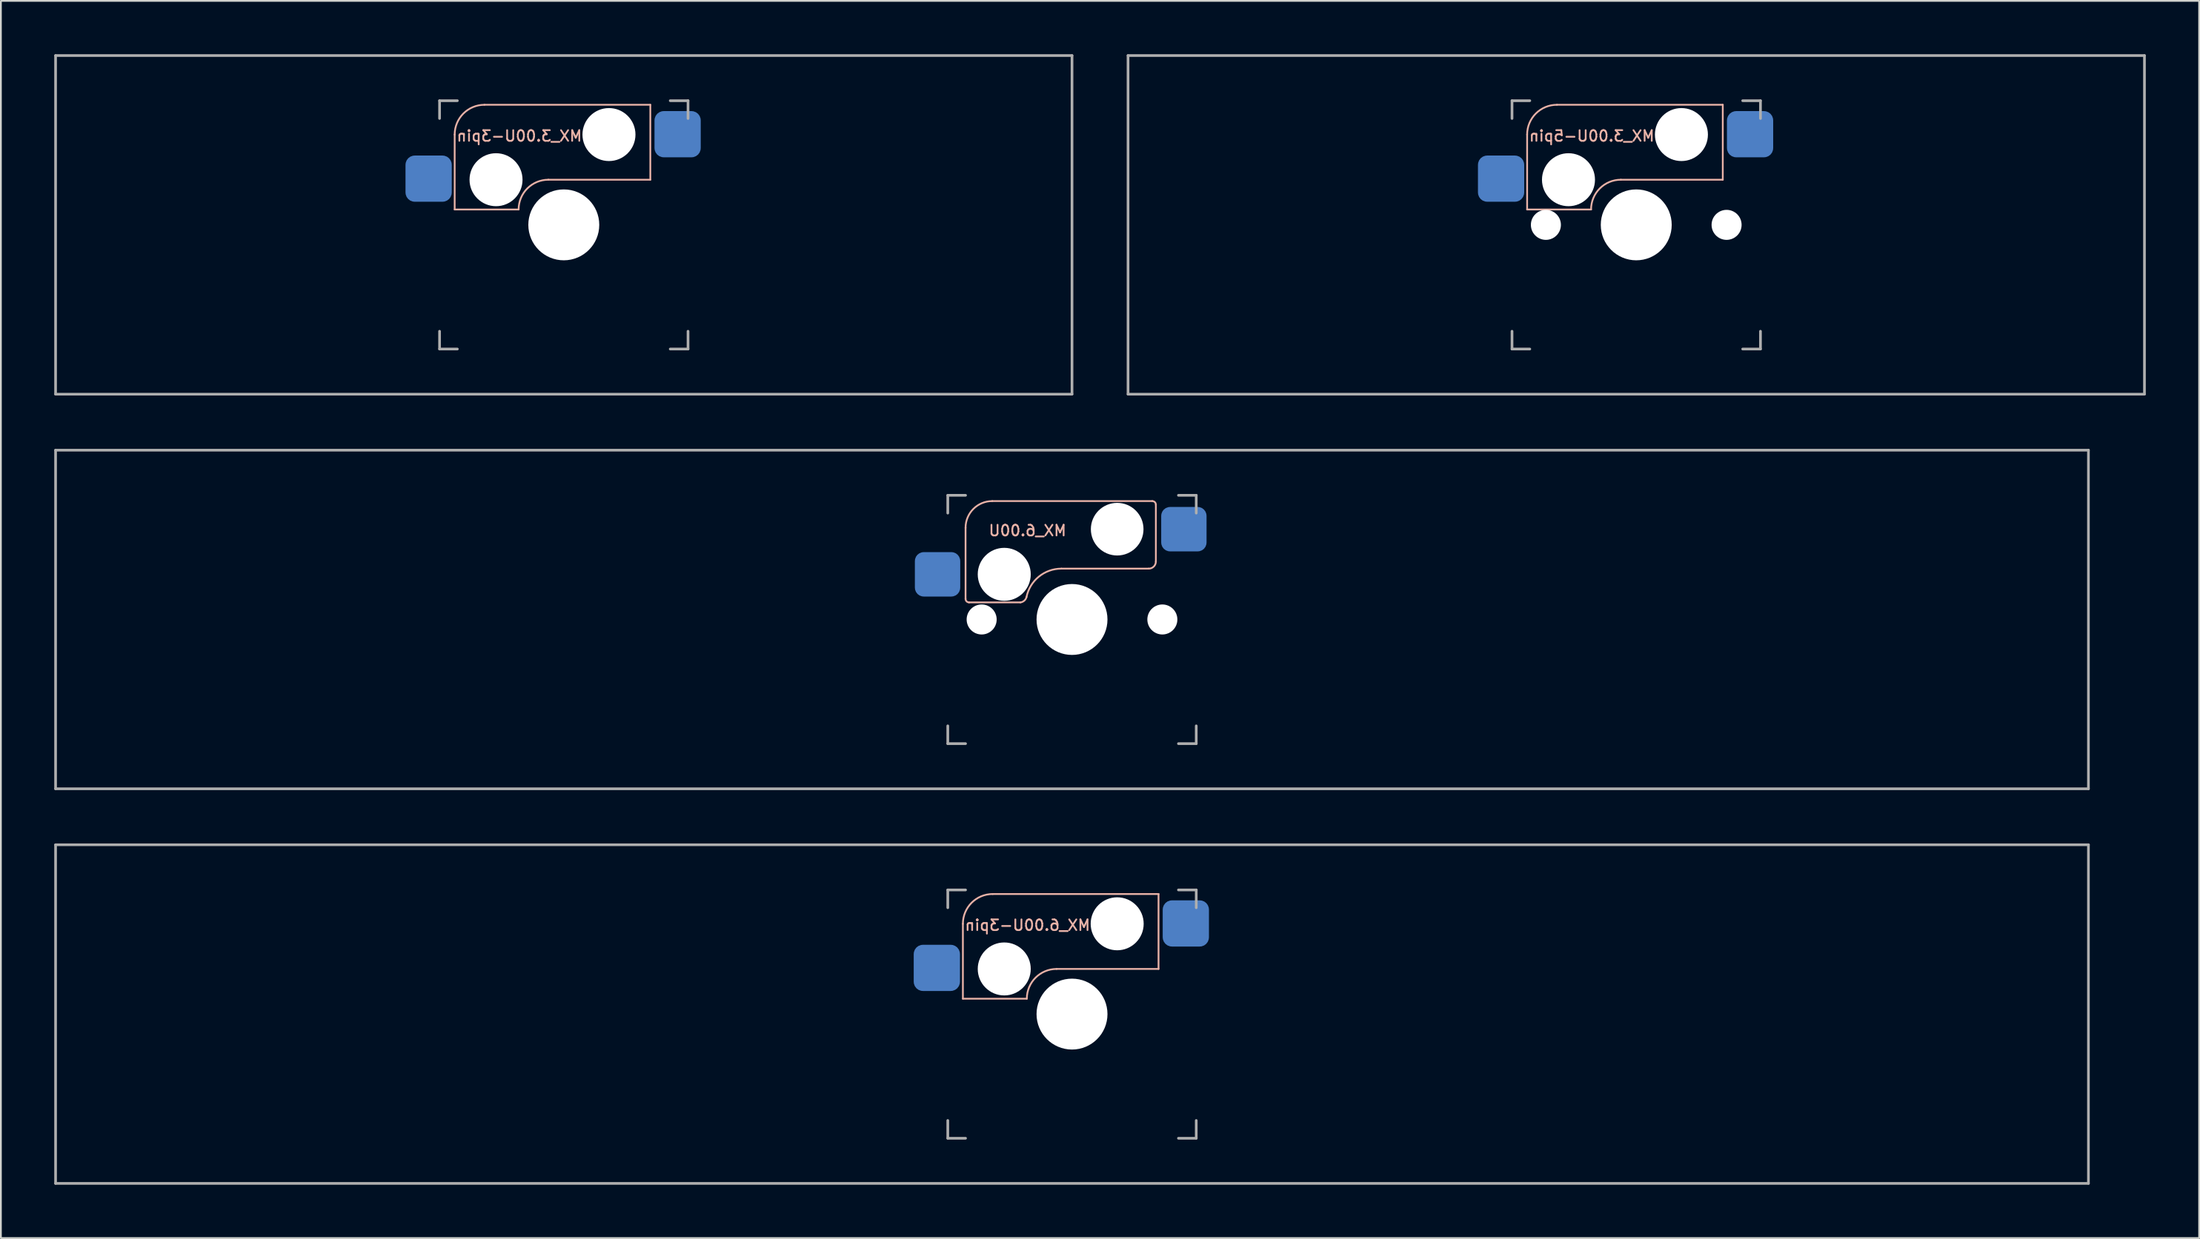
<source format=kicad_pcb>
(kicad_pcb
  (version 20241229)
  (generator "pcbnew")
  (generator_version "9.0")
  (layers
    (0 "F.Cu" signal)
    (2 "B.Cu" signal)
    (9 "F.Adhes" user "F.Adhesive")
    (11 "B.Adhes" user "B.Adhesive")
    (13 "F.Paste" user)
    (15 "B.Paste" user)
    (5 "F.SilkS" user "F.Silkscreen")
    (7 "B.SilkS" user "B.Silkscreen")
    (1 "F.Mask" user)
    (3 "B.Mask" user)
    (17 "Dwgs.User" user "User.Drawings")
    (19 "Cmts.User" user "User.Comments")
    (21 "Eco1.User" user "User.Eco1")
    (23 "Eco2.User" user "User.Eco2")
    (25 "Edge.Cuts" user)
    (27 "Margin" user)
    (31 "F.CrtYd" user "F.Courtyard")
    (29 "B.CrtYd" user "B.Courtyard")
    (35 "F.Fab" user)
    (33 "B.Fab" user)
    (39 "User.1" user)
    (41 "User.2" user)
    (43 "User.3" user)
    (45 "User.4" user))
  (footprint "MX_6.00U-3pin"
    (layer "F.Cu")
    (at 57.225 54)
    (property "Reference" "MX_6.00U-3pin" (at -2.5 -5 0) (layer "B.SilkS") (effects (font (size 0.6 0.6) (thickness 0.1)) (justify mirror)))
    (attr smd)
    (fp_line (start -6.135 -5.08) (end -6.135 -0.865) (stroke (width 0.1) (type solid)) (layer "B.SilkS"))
    (fp_line (start -6.135 -0.865) (end -2.54 -0.865) (stroke (width 0.1) (type solid)) (layer "B.SilkS"))
    (fp_line (start -4.46 -6.755) (end 4.865 -6.755) (stroke (width 0.1) (type solid)) (layer "B.SilkS"))
    (fp_line (start -0.865 -2.54) (end 4.865 -2.54) (stroke (width 0.1) (type solid)) (layer "B.SilkS"))
    (fp_line (start 4.865 -6.755) (end 4.865 -2.54) (stroke (width 0.1) (type solid)) (layer "B.SilkS"))
    (fp_arc (start -6.135 -5.08) (mid -5.644404 -6.264404) (end -4.46 -6.755) (stroke (width 0.1) (type solid)) (layer "B.SilkS"))
    (fp_arc (start -2.54 -0.865) (mid -2.049404 -2.049404) (end -0.865 -2.54) (stroke (width 0.1) (type solid)) (layer "B.SilkS"))
    (fp_line (start -6.985 6.985) (end -6.985 -6.985) (stroke (width 0.15) (type solid)) (layer "Eco2.User"))
    (fp_line (start -6.985 6.985) (end 6.985 6.985) (stroke (width 0.15) (type solid)) (layer "Eco2.User"))
    (fp_line (start 6.985 -6.985) (end -6.985 -6.985) (stroke (width 0.15) (type solid)) (layer "Eco2.User"))
    (fp_line (start 6.985 -6.985) (end 6.985 6.985) (stroke (width 0.15) (type solid)) (layer "Eco2.User"))
    (fp_line (start -57.15 -9.525) (end 57.15 -9.525) (stroke (width 0.15) (type solid)) (layer "F.Fab"))
    (fp_line (start -57.15 9.525) (end -57.15 -9.525) (stroke (width 0.15) (type solid)) (layer "F.Fab"))
    (fp_line (start -6.985 -5.985) (end -6.985 -6.985) (stroke (width 0.15) (type solid)) (layer "F.Fab"))
    (fp_line (start -6.985 6.985) (end -6.985 5.985) (stroke (width 0.15) (type solid)) (layer "F.Fab"))
    (fp_line (start -6.985 6.985) (end -5.985 6.985) (stroke (width 0.15) (type solid)) (layer "F.Fab"))
    (fp_line (start -5.985 -6.985) (end -6.985 -6.985) (stroke (width 0.15) (type solid)) (layer "F.Fab"))
    (fp_line (start 5.985 6.985) (end 6.985 6.985) (stroke (width 0.15) (type solid)) (layer "F.Fab"))
    (fp_line (start 6.985 -6.985) (end 5.985 -6.985) (stroke (width 0.15) (type solid)) (layer "F.Fab"))
    (fp_line (start 6.985 -6.985) (end 6.985 -5.985) (stroke (width 0.15) (type solid)) (layer "F.Fab"))
    (fp_line (start 6.985 5.985) (end 6.985 6.985) (stroke (width 0.15) (type solid)) (layer "F.Fab"))
    (fp_line (start 57.15 -9.525) (end 57.15 9.525) (stroke (width 0.15) (type solid)) (layer "F.Fab"))
    (fp_line (start 57.15 9.525) (end -57.15 9.525) (stroke (width 0.15) (type solid)) (layer "F.Fab"))
    (pad "" np_thru_hole circle (at -3.81 -2.54) (size 2.98 2.98) (drill 2.98) (layers "*.Cu" "*.Mask"))
    (pad "" np_thru_hole circle (at 0 0) (size 3.988 3.988) (drill 3.988) (layers "*.Cu" "*.Mask"))
    (pad "" np_thru_hole circle (at 2.54 -5.08) (size 2.98 2.98) (drill 2.98) (layers "*.Cu" "*.Mask"))
    (pad "1" smd roundrect (at 6.4 -5.1) (size 2.6 2.6) (layers "B.Cu" "B.Mask" "B.Paste") (roundrect_rratio 0.2))
    (pad "2" smd roundrect (at -7.6 -2.6) (size 2.6 2.6) (layers "B.Cu" "B.Mask" "B.Paste") (roundrect_rratio 0.2)))
  (footprint "MX_6.00U"
    (layer "F.Cu")
    (at 57.225 31.8)
    (property "Reference" "MX_6.00U" (at -2.5 -5 0) (layer "B.SilkS") (effects (font (size 0.6 0.6) (thickness 0.1)) (justify mirror)))
    (attr smd)
    (fp_line (start -5.985 -5.16) (end -5.985 -1.16) (stroke (width 0.1) (type solid)) (layer "B.SilkS"))
    (fp_line (start -5.785 -0.96) (end -2.9 -0.96) (stroke (width 0.1) (type solid)) (layer "B.SilkS"))
    (fp_line (start -4.485 -6.66) (end 4.515 -6.66) (stroke (width 0.1) (type solid)) (layer "B.SilkS"))
    (fp_line (start 4.315 -2.86) (end -0.6 -2.86) (stroke (width 0.1) (type solid)) (layer "B.SilkS"))
    (fp_line (start 4.715 -6.46) (end 4.715 -3.26) (stroke (width 0.1) (type solid)) (layer "B.SilkS"))
    (fp_arc (start -5.985 -5.16) (mid -5.54566 -6.22066) (end -4.485 -6.66) (stroke (width 0.1) (type solid)) (layer "B.SilkS"))
    (fp_arc (start -5.785 -0.96) (mid -5.926421 -1.018579) (end -5.985 -1.16) (stroke (width 0.1) (type solid)) (layer "B.SilkS"))
    (fp_arc (start -2.558575 -1.264949) (mid -1.862953 -2.41079) (end -0.6 -2.86) (stroke (width 0.1) (type solid)) (layer "B.SilkS"))
    (fp_arc (start -2.557532 -1.264687) (mid -2.681837 -1.059595) (end -2.9 -0.96) (stroke (width 0.1) (type solid)) (layer "B.SilkS"))
    (fp_arc (start 4.515 -6.66) (mid 4.656421 -6.601421) (end 4.715 -6.46) (stroke (width 0.1) (type solid)) (layer "B.SilkS"))
    (fp_arc (start 4.715 -3.26) (mid 4.597843 -2.977157) (end 4.315 -2.86) (stroke (width 0.1) (type solid)) (layer "B.SilkS"))
    (fp_line (start -6.985 6.985) (end -6.985 -6.985) (stroke (width 0.15) (type solid)) (layer "Eco2.User"))
    (fp_line (start -6.985 6.985) (end 6.985 6.985) (stroke (width 0.15) (type solid)) (layer "Eco2.User"))
    (fp_line (start 6.985 -6.985) (end -6.985 -6.985) (stroke (width 0.15) (type solid)) (layer "Eco2.User"))
    (fp_line (start 6.985 -6.985) (end 6.985 6.985) (stroke (width 0.15) (type solid)) (layer "Eco2.User"))
    (fp_line (start -57.15 -9.525) (end 57.15 -9.525) (stroke (width 0.15) (type solid)) (layer "F.Fab"))
    (fp_line (start -57.15 9.525) (end -57.15 -9.525) (stroke (width 0.15) (type solid)) (layer "F.Fab"))
    (fp_line (start -6.985 -5.985) (end -6.985 -6.985) (stroke (width 0.15) (type solid)) (layer "F.Fab"))
    (fp_line (start -6.985 6.985) (end -6.985 5.985) (stroke (width 0.15) (type solid)) (layer "F.Fab"))
    (fp_line (start -6.985 6.985) (end -5.985 6.985) (stroke (width 0.15) (type solid)) (layer "F.Fab"))
    (fp_line (start -5.985 -6.985) (end -6.985 -6.985) (stroke (width 0.15) (type solid)) (layer "F.Fab"))
    (fp_line (start 5.985 6.985) (end 6.985 6.985) (stroke (width 0.15) (type solid)) (layer "F.Fab"))
    (fp_line (start 6.985 -6.985) (end 5.985 -6.985) (stroke (width 0.15) (type solid)) (layer "F.Fab"))
    (fp_line (start 6.985 -6.985) (end 6.985 -5.985) (stroke (width 0.15) (type solid)) (layer "F.Fab"))
    (fp_line (start 6.985 5.985) (end 6.985 6.985) (stroke (width 0.15) (type solid)) (layer "F.Fab"))
    (fp_line (start 57.15 -9.525) (end 57.15 9.525) (stroke (width 0.15) (type solid)) (layer "F.Fab"))
    (fp_line (start 57.15 9.525) (end -57.15 9.525) (stroke (width 0.15) (type solid)) (layer "F.Fab"))
    (pad "" np_thru_hole circle (at -5.08 0) (size 1.688 1.688) (drill 1.688) (layers "*.Cu" "*.Mask"))
    (pad "" np_thru_hole circle (at -3.81 -2.54) (size 2.98 2.98) (drill 2.98) (layers "*.Cu" "*.Mask"))
    (pad "" np_thru_hole circle (at 0 0) (size 3.988 3.988) (drill 3.988) (layers "*.Cu" "*.Mask"))
    (pad "" np_thru_hole circle (at 2.54 -5.08) (size 2.96 2.96) (drill 2.96) (layers "*.Cu" "*.Mask"))
    (pad "" np_thru_hole circle (at 5.08 0) (size 1.688 1.688) (drill 1.688) (layers "*.Cu" "*.Mask"))
    (pad "1" smd roundrect (at 6.29 -5.08) (size 2.55 2.5) (layers "B.Cu" "B.Mask" "B.Paste") (roundrect_rratio 0.2))
    (pad "2" smd roundrect (at -7.56 -2.54) (size 2.55 2.5) (layers "B.Cu" "B.Mask" "B.Paste") (roundrect_rratio 0.2)))
  (footprint "MX_3.00U-3pin"
    (layer "F.Cu")
    (at 28.65 9.6)
    (property "Reference" "MX_3.00U-3pin" (at -2.5 -5 0) (layer "B.SilkS") (effects (font (size 0.6 0.6) (thickness 0.1)) (justify mirror)))
    (attr smd)
    (fp_line (start -6.135 -5.08) (end -6.135 -0.865) (stroke (width 0.1) (type solid)) (layer "B.SilkS"))
    (fp_line (start -6.135 -0.865) (end -2.54 -0.865) (stroke (width 0.1) (type solid)) (layer "B.SilkS"))
    (fp_line (start -4.46 -6.755) (end 4.865 -6.755) (stroke (width 0.1) (type solid)) (layer "B.SilkS"))
    (fp_line (start -0.865 -2.54) (end 4.865 -2.54) (stroke (width 0.1) (type solid)) (layer "B.SilkS"))
    (fp_line (start 4.865 -6.755) (end 4.865 -2.54) (stroke (width 0.1) (type solid)) (layer "B.SilkS"))
    (fp_arc (start -6.135 -5.08) (mid -5.644404 -6.264404) (end -4.46 -6.755) (stroke (width 0.1) (type solid)) (layer "B.SilkS"))
    (fp_arc (start -2.54 -0.865) (mid -2.049404 -2.049404) (end -0.865 -2.54) (stroke (width 0.1) (type solid)) (layer "B.SilkS"))
    (fp_line (start -6.985 6.985) (end -6.985 -6.985) (stroke (width 0.15) (type solid)) (layer "Eco2.User"))
    (fp_line (start -6.985 6.985) (end 6.985 6.985) (stroke (width 0.15) (type solid)) (layer "Eco2.User"))
    (fp_line (start 6.985 -6.985) (end -6.985 -6.985) (stroke (width 0.15) (type solid)) (layer "Eco2.User"))
    (fp_line (start 6.985 -6.985) (end 6.985 6.985) (stroke (width 0.15) (type solid)) (layer "Eco2.User"))
    (fp_line (start -28.575 -9.525) (end 28.575 -9.525) (stroke (width 0.15) (type solid)) (layer "F.Fab"))
    (fp_line (start -28.575 9.525) (end -28.575 -9.525) (stroke (width 0.15) (type solid)) (layer "F.Fab"))
    (fp_line (start -6.985 -5.985) (end -6.985 -6.985) (stroke (width 0.15) (type solid)) (layer "F.Fab"))
    (fp_line (start -6.985 6.985) (end -6.985 5.985) (stroke (width 0.15) (type solid)) (layer "F.Fab"))
    (fp_line (start -6.985 6.985) (end -5.985 6.985) (stroke (width 0.15) (type solid)) (layer "F.Fab"))
    (fp_line (start -5.985 -6.985) (end -6.985 -6.985) (stroke (width 0.15) (type solid)) (layer "F.Fab"))
    (fp_line (start 5.985 6.985) (end 6.985 6.985) (stroke (width 0.15) (type solid)) (layer "F.Fab"))
    (fp_line (start 6.985 -6.985) (end 5.985 -6.985) (stroke (width 0.15) (type solid)) (layer "F.Fab"))
    (fp_line (start 6.985 -6.985) (end 6.985 -5.985) (stroke (width 0.15) (type solid)) (layer "F.Fab"))
    (fp_line (start 6.985 5.985) (end 6.985 6.985) (stroke (width 0.15) (type solid)) (layer "F.Fab"))
    (fp_line (start 28.575 -9.525) (end 28.575 9.525) (stroke (width 0.15) (type solid)) (layer "F.Fab"))
    (fp_line (start 28.575 9.525) (end -28.575 9.525) (stroke (width 0.15) (type solid)) (layer "F.Fab"))
    (pad "" np_thru_hole circle (at -3.81 -2.54) (size 2.98 2.98) (drill 2.98) (layers "*.Cu" "*.Mask"))
    (pad "" np_thru_hole circle (at 0 0) (size 3.988 3.988) (drill 3.988) (layers "*.Cu" "*.Mask"))
    (pad "" np_thru_hole circle (at 2.54 -5.08) (size 2.98 2.98) (drill 2.98) (layers "*.Cu" "*.Mask"))
    (pad "1" smd roundrect (at 6.4 -5.1) (size 2.6 2.6) (layers "B.Cu" "B.Mask" "B.Paste") (roundrect_rratio 0.2))
    (pad "2" smd roundrect (at -7.6 -2.6) (size 2.6 2.6) (layers "B.Cu" "B.Mask" "B.Paste") (roundrect_rratio 0.2)))
  (footprint "MX_3.00U-5pin"
    (layer "F.Cu")
    (at 88.95 9.6)
    (property "Reference" "MX_3.00U-5pin" (at -2.5 -5 0) (layer "B.SilkS") (effects (font (size 0.6 0.6) (thickness 0.1)) (justify mirror)))
    (attr smd)
    (fp_line (start -6.135 -5.08) (end -6.135 -0.865) (stroke (width 0.1) (type solid)) (layer "B.SilkS"))
    (fp_line (start -6.135 -0.865) (end -2.54 -0.865) (stroke (width 0.1) (type solid)) (layer "B.SilkS"))
    (fp_line (start -4.46 -6.755) (end 4.865 -6.755) (stroke (width 0.1) (type solid)) (layer "B.SilkS"))
    (fp_line (start -0.865 -2.54) (end 4.865 -2.54) (stroke (width 0.1) (type solid)) (layer "B.SilkS"))
    (fp_line (start 4.865 -6.755) (end 4.865 -2.54) (stroke (width 0.1) (type solid)) (layer "B.SilkS"))
    (fp_arc (start -6.135 -5.08) (mid -5.644404 -6.264404) (end -4.46 -6.755) (stroke (width 0.1) (type solid)) (layer "B.SilkS"))
    (fp_arc (start -2.54 -0.865) (mid -2.049404 -2.049404) (end -0.865 -2.54) (stroke (width 0.1) (type solid)) (layer "B.SilkS"))
    (fp_line (start -6.985 6.985) (end -6.985 -6.985) (stroke (width 0.15) (type solid)) (layer "Eco2.User"))
    (fp_line (start -6.985 6.985) (end 6.985 6.985) (stroke (width 0.15) (type solid)) (layer "Eco2.User"))
    (fp_line (start 6.985 -6.985) (end -6.985 -6.985) (stroke (width 0.15) (type solid)) (layer "Eco2.User"))
    (fp_line (start 6.985 -6.985) (end 6.985 6.985) (stroke (width 0.15) (type solid)) (layer "Eco2.User"))
    (fp_line (start -28.575 -9.525) (end 28.575 -9.525) (stroke (width 0.15) (type solid)) (layer "F.Fab"))
    (fp_line (start -28.575 9.525) (end -28.575 -9.525) (stroke (width 0.15) (type solid)) (layer "F.Fab"))
    (fp_line (start -6.985 -5.985) (end -6.985 -6.985) (stroke (width 0.15) (type solid)) (layer "F.Fab"))
    (fp_line (start -6.985 6.985) (end -6.985 5.985) (stroke (width 0.15) (type solid)) (layer "F.Fab"))
    (fp_line (start -6.985 6.985) (end -5.985 6.985) (stroke (width 0.15) (type solid)) (layer "F.Fab"))
    (fp_line (start -5.985 -6.985) (end -6.985 -6.985) (stroke (width 0.15) (type solid)) (layer "F.Fab"))
    (fp_line (start 5.985 6.985) (end 6.985 6.985) (stroke (width 0.15) (type solid)) (layer "F.Fab"))
    (fp_line (start 6.985 -6.985) (end 5.985 -6.985) (stroke (width 0.15) (type solid)) (layer "F.Fab"))
    (fp_line (start 6.985 -6.985) (end 6.985 -5.985) (stroke (width 0.15) (type solid)) (layer "F.Fab"))
    (fp_line (start 6.985 5.985) (end 6.985 6.985) (stroke (width 0.15) (type solid)) (layer "F.Fab"))
    (fp_line (start 28.575 -9.525) (end 28.575 9.525) (stroke (width 0.15) (type solid)) (layer "F.Fab"))
    (fp_line (start 28.575 9.525) (end -28.575 9.525) (stroke (width 0.15) (type solid)) (layer "F.Fab"))
    (pad "" np_thru_hole circle (at -5.08 0) (size 1.688 1.688) (drill 1.688) (layers "*.Cu" "*.Mask"))
    (pad "" np_thru_hole circle (at -3.81 -2.54) (size 2.98 2.98) (drill 2.98) (layers "*.Cu" "*.Mask"))
    (pad "" np_thru_hole circle (at 0 0) (size 3.988 3.988) (drill 3.988) (layers "*.Cu" "*.Mask"))
    (pad "" np_thru_hole circle (at 2.54 -5.08) (size 2.98 2.98) (drill 2.98) (layers "*.Cu" "*.Mask"))
    (pad "" np_thru_hole circle (at 5.08 0) (size 1.688 1.688) (drill 1.688) (layers "*.Cu" "*.Mask"))
    (pad "1" smd roundrect (at 6.4 -5.1) (size 2.6 2.6) (layers "B.Cu" "B.Mask" "B.Paste") (roundrect_rratio 0.2))
    (pad "2" smd roundrect (at -7.6 -2.6) (size 2.6 2.6) (layers "B.Cu" "B.Mask" "B.Paste") (roundrect_rratio 0.2)))
  (gr_rect
    (start -3 -3)
    (end 120.6 66.6)
    (stroke (width 0.1) (type default))
    (fill no)
    (layer "Edge.Cuts")))
</source>
